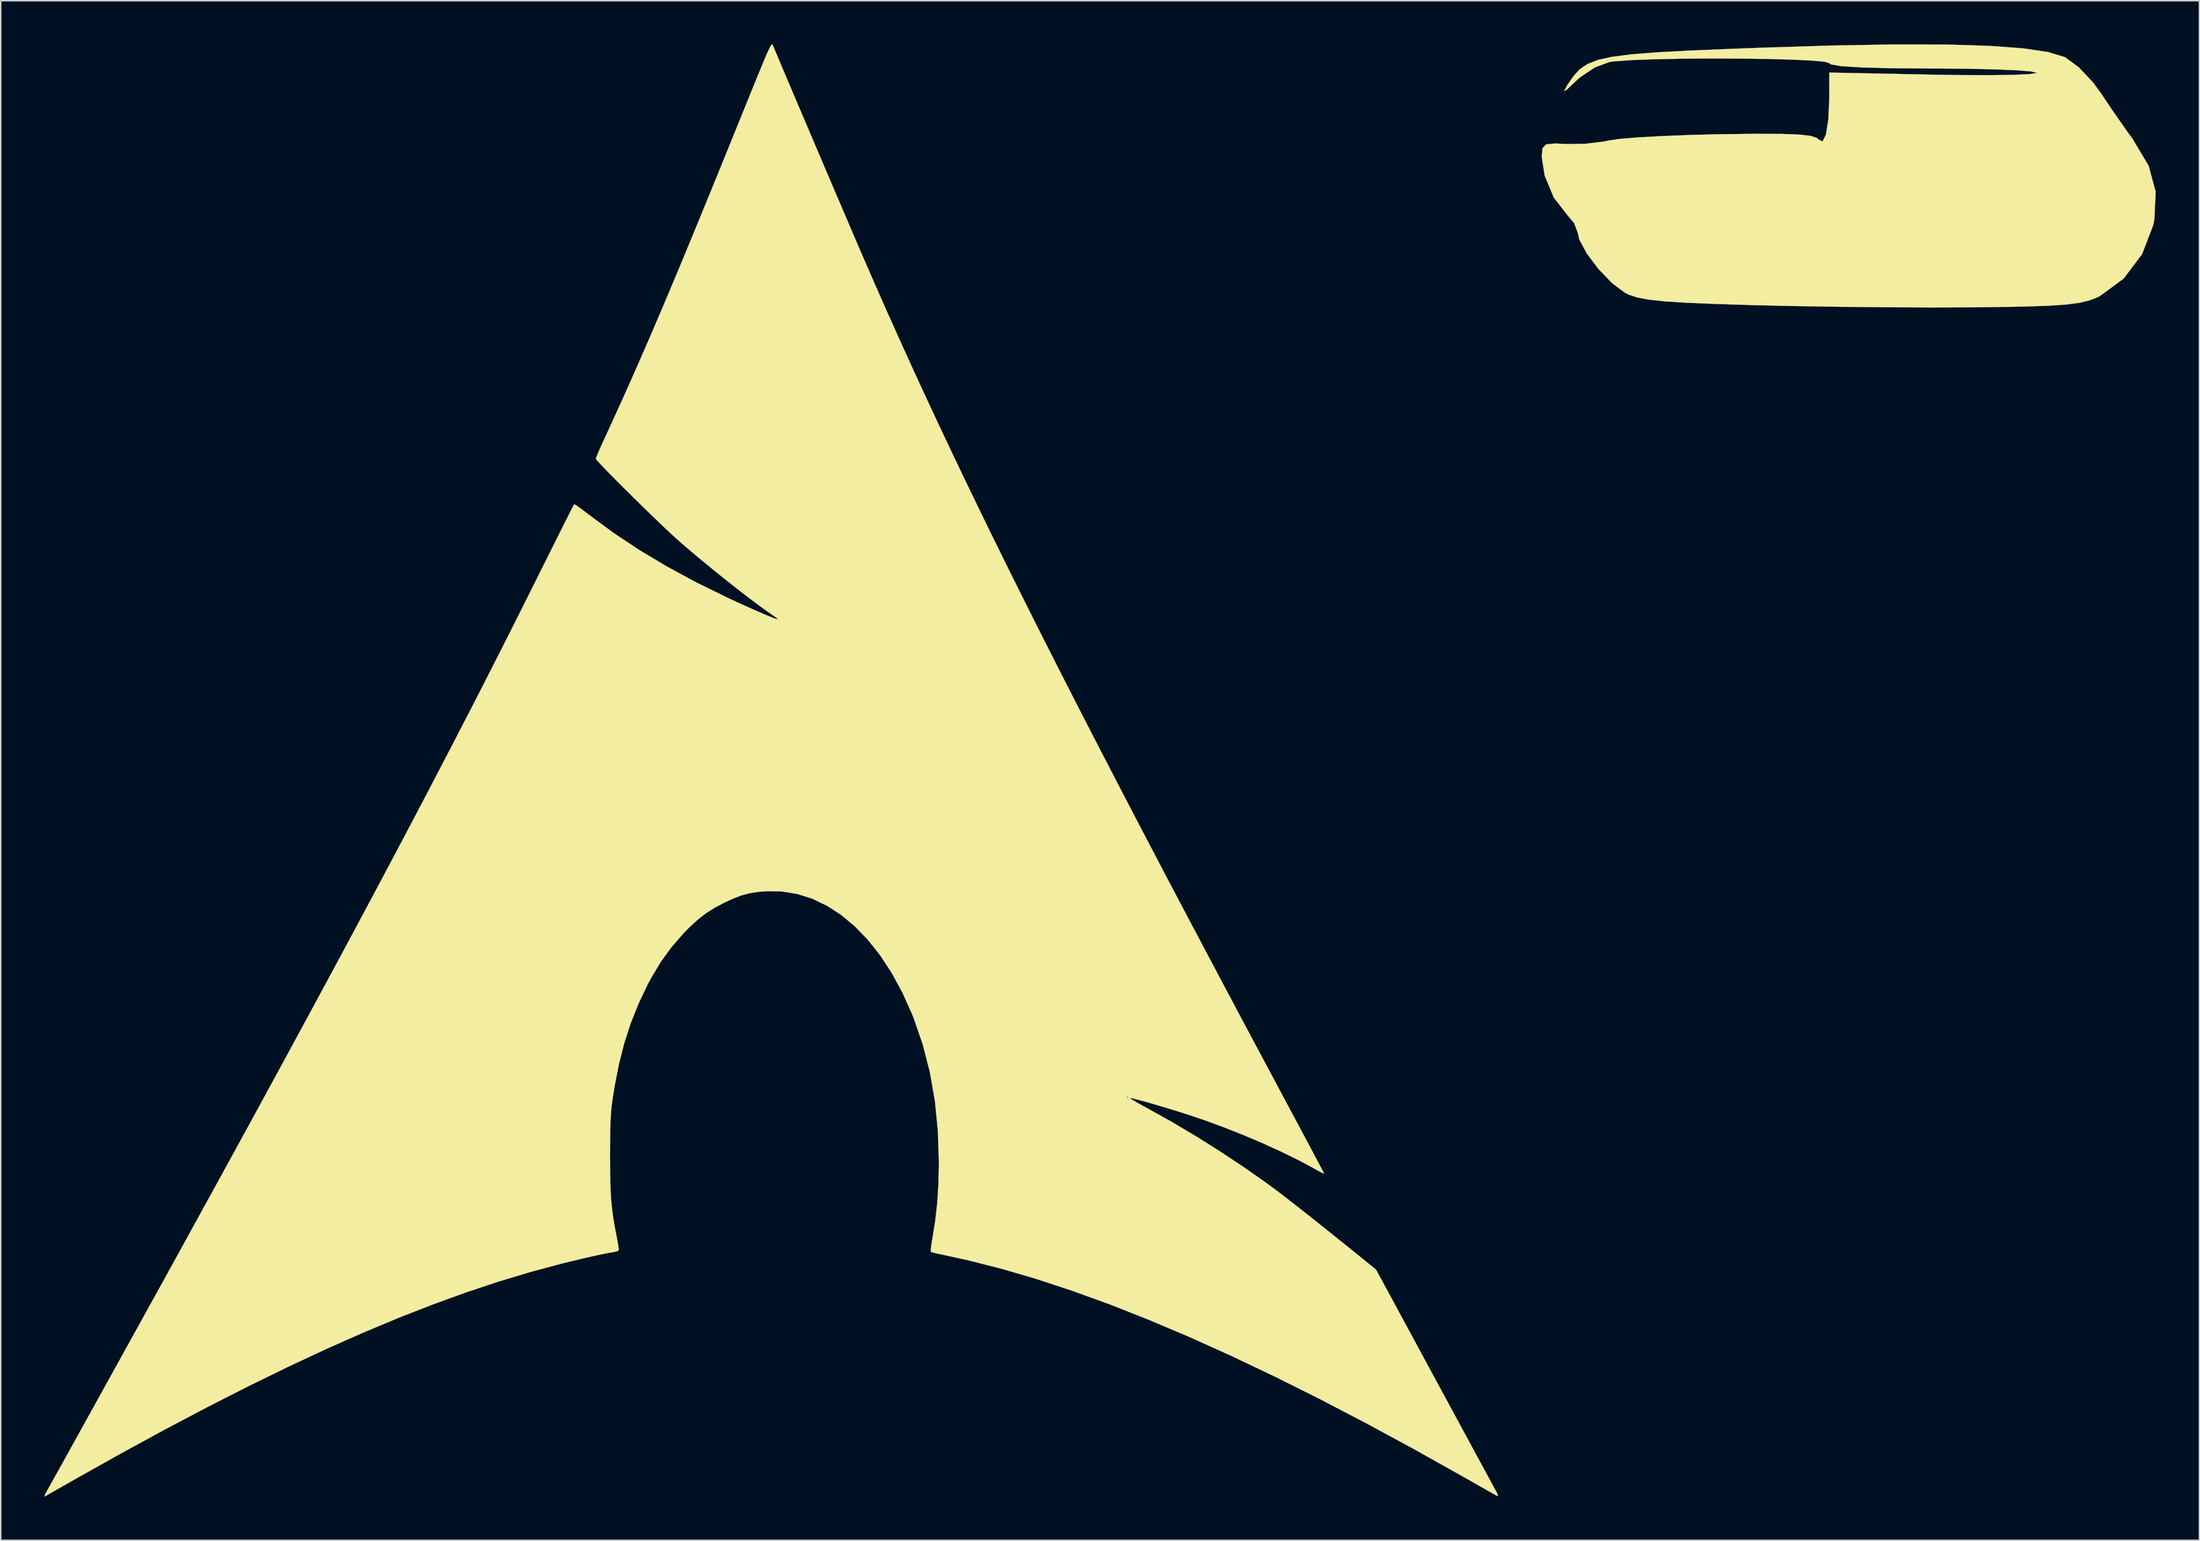
<source format=kicad_pcb>
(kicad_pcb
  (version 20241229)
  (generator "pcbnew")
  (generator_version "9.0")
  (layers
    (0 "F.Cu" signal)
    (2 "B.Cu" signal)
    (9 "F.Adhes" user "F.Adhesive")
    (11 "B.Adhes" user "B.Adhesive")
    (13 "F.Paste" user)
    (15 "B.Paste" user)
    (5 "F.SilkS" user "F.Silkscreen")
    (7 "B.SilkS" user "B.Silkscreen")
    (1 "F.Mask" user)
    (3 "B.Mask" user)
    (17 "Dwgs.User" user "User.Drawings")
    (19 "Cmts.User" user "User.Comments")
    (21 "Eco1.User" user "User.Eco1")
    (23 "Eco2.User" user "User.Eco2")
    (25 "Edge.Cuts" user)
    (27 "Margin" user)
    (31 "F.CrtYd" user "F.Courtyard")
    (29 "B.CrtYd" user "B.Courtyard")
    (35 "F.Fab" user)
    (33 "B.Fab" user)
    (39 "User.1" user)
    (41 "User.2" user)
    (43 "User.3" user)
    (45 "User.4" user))
  (footprint "pill"
    (layer "F.Cu")
    (at 123.696 7.302)
    (property "Reference" "pill" (at 0 0 0) (layer "F.SilkS") (effects (font (size 1.524 1.524) (thickness 0.3))))
    (attr through_hole)
    (fp_poly (pts (xy 6.992 -7.29) (xy 9.94 -7.201) (xy 12.259 -7.03) (xy 13.968 -6.777) (xy 15.083 -6.44) (xy 15.169 -6.399) (xy 16.08 -5.729) (xy 17.048 -4.704) (xy 17.543 -4.032) (xy 18.414 -2.738) (xy 19.347 -1.402) (xy 19.769 -0.82) (xy 20.878 1.034) (xy 21.365 2.829) (xy 21.273 4.741) (xy 21.195 5.126) (xy 20.431 7.114) (xy 19.162 8.797) (xy 17.523 10.001) (xy 17.387 10.068) (xy 16.828 10.29) (xy 16.14 10.457) (xy 15.217 10.579) (xy 13.952 10.663) (xy 12.24 10.72) (xy 9.973 10.757) (xy 8.819 10.768) (xy 6.055 10.778) (xy 2.86 10.764) (xy -0.489 10.73) (xy -3.718 10.678) (xy -6.174 10.621) (xy -8.81 10.54) (xy -10.839 10.457) (xy -12.357 10.361) (xy -13.461 10.243) (xy -14.251 10.095) (xy -14.822 9.906) (xy -15.088 9.777) (xy -15.988 9.106) (xy -16.92 8.134) (xy -17.725 7.067) (xy -18.24 6.107) (xy -18.344 5.646) (xy -18.592 4.984) (xy -19.099 4.376) (xy -19.994 3.216) (xy -20.617 1.724) (xy -20.814 0.441) (xy -20.771 -0.158) (xy -20.516 -0.434) (xy -19.862 -0.489) (xy -19.165 -0.455) (xy -17.835 -0.469) (xy -16.553 -0.623) (xy -16.254 -0.689) (xy -15.497 -0.802) (xy -14.175 -0.911) (xy -12.43 -1.007) (xy -10.402 -1.084) (xy -8.542 -1.127) (xy -6.147 -1.156) (xy -4.372 -1.15) (xy -3.131 -1.103) (xy -2.34 -1.012) (xy -1.914 -0.871) (xy -1.8 -0.764) (xy -1.523 -0.628) (xy -1.292 -1.105) (xy -1.131 -2.105) (xy -1.064 -3.535) (xy -1.063 -3.653) (xy -1.058 -5.366) (xy 6.153 -5.219) (xy 8.309 -5.188) (xy 10.19 -5.186) (xy 11.695 -5.211) (xy 12.725 -5.261) (xy 13.178 -5.335) (xy 13.188 -5.358) (xy 12.797 -5.445) (xy 11.81 -5.522) (xy 10.336 -5.584) (xy 8.484 -5.626) (xy 6.365 -5.644) (xy 5.976 -5.644) (xy 3.242 -5.663) (xy 1.166 -5.717) (xy -0.238 -5.806) (xy -0.959 -5.93) (xy -1.058 -6.01) (xy -1.391 -6.11) (xy -2.305 -6.192) (xy -3.679 -6.256) (xy -5.389 -6.301) (xy -7.312 -6.326) (xy -9.326 -6.332) (xy -11.307 -6.316) (xy -13.132 -6.278) (xy -14.678 -6.219) (xy -15.823 -6.136) (xy -16.155 -6.094) (xy -17.159 -5.723) (xy -18.206 -5.024) (xy -18.444 -4.808) (xy -19.083 -4.204) (xy -19.284 -4.088) (xy -19.097 -4.442) (xy -19.006 -4.586) (xy -18.623 -5.141) (xy -18.209 -5.59) (xy -17.686 -5.947) (xy -16.975 -6.227) (xy -15.998 -6.446) (xy -14.678 -6.617) (xy -12.935 -6.755) (xy -10.691 -6.875) (xy -7.869 -6.992) (xy -5.806 -7.07) (xy -0.863 -7.224) (xy 3.397 -7.297) (xy 6.992 -7.29)) (stroke (width 0.01) (type solid)) (fill yes) (layer "F.SilkS")))
  (footprint "arch"
    (layer "F.Cu")
    (at 50.335 50.295)
    (property "Reference" "arch" (at 0 0 0) (layer "F.SilkS") (effects (font (size 1.524 1.524) (thickness 0.3))))
    (attr through_hole)
    (fp_poly (pts (xy -0.307 -50.273) (xy -0.282 -50.23) (xy -0.267 -50.193) (xy -0.174 -49.969) (xy -0.021 -49.603) (xy 0.187 -49.111) (xy 0.442 -48.507) (xy 0.74 -47.805) (xy 1.073 -47.02) (xy 1.435 -46.167) (xy 1.821 -45.261) (xy 2.223 -44.315) (xy 2.636 -43.344) (xy 3.054 -42.363) (xy 3.471 -41.387) (xy 3.879 -40.429) (xy 4.274 -39.505) (xy 4.648 -38.629) (xy 4.996 -37.816) (xy 5.311 -37.08) (xy 5.588 -36.436) (xy 5.819 -35.898) (xy 5.947 -35.602) (xy 6.748 -33.765) (xy 7.563 -31.92) (xy 8.396 -30.06) (xy 9.25 -28.18) (xy 10.127 -26.273) (xy 11.031 -24.334) (xy 11.964 -22.356) (xy 12.93 -20.334) (xy 13.932 -18.261) (xy 14.972 -16.132) (xy 16.054 -13.941) (xy 17.181 -11.681) (xy 18.355 -9.347) (xy 19.58 -6.932) (xy 20.859 -4.43) (xy 22.195 -1.836) (xy 23.59 0.856) (xy 25.048 3.653) (xy 26.572 6.561) (xy 28.165 9.585) (xy 29.829 12.731) (xy 31.568 16.006) (xy 33.385 19.416) (xy 35.283 22.966) (xy 35.423 23.228) (xy 35.831 23.992) (xy 36.215 24.709) (xy 36.565 25.368) (xy 36.877 25.953) (xy 37.141 26.452) (xy 37.351 26.85) (xy 37.5 27.134) (xy 37.58 27.29) (xy 37.592 27.316) (xy 37.524 27.295) (xy 37.344 27.205) (xy 37.086 27.065) (xy 36.978 27.004) (xy 35.915 26.431) (xy 34.72 25.842) (xy 33.431 25.252) (xy 32.082 24.678) (xy 30.71 24.133) (xy 29.349 23.634) (xy 28.363 23.301) (xy 27.736 23.1) (xy 27.102 22.903) (xy 26.483 22.715) (xy 25.899 22.542) (xy 25.371 22.391) (xy 24.921 22.267) (xy 24.57 22.177) (xy 24.339 22.126) (xy 24.248 22.121) (xy 24.307 22.171) (xy 24.492 22.287) (xy 24.781 22.455) (xy 25.152 22.662) (xy 25.546 22.877) (xy 27.135 23.764) (xy 28.782 24.743) (xy 30.437 25.784) (xy 32.05 26.853) (xy 33.57 27.919) (xy 34.121 28.323) (xy 34.646 28.72) (xy 35.297 29.222) (xy 36.071 29.828) (xy 36.963 30.535) (xy 37.97 31.338) (xy 39.088 32.237) (xy 40.285 33.203) (xy 41.158 33.909) (xy 45.028 41.063) (xy 45.588 42.099) (xy 46.132 43.103) (xy 46.653 44.065) (xy 47.144 44.973) (xy 47.6 45.815) (xy 48.014 46.58) (xy 48.381 47.257) (xy 48.693 47.833) (xy 48.946 48.298) (xy 49.131 48.64) (xy 49.245 48.848) (xy 49.262 48.88) (xy 49.429 49.19) (xy 49.519 49.377) (xy 49.537 49.461) (xy 49.49 49.466) (xy 49.43 49.438) (xy 49.306 49.37) (xy 49.057 49.229) (xy 48.703 49.029) (xy 48.265 48.781) (xy 47.766 48.497) (xy 47.225 48.189) (xy 47.202 48.176) (xy 43.785 46.26) (xy 40.479 44.469) (xy 37.283 42.802) (xy 34.194 41.26) (xy 31.211 39.839) (xy 28.331 38.541) (xy 25.553 37.364) (xy 22.875 36.307) (xy 20.294 35.37) (xy 17.81 34.552) (xy 15.419 33.851) (xy 13.121 33.268) (xy 11.557 32.927) (xy 11.179 32.847) (xy 10.865 32.775) (xy 10.649 32.718) (xy 10.571 32.689) (xy 10.563 32.59) (xy 10.584 32.362) (xy 10.629 32.044) (xy 10.673 31.792) (xy 10.871 30.566) (xy 11.008 29.339) (xy 11.09 28.059) (xy 11.12 26.673) (xy 11.121 26.543) (xy 11.054 24.386) (xy 10.849 22.321) (xy 10.802 22.056) (xy 24.045 22.056) (xy 24.088 22.098) (xy 24.13 22.056) (xy 24.088 22.013) (xy 24.045 22.056) (xy 10.802 22.056) (xy 10.503 20.343) (xy 10.016 18.445) (xy 9.388 16.624) (xy 9.258 16.3) (xy 8.603 14.848) (xy 7.88 13.521) (xy 7.095 12.323) (xy 6.253 11.258) (xy 5.359 10.33) (xy 4.419 9.545) (xy 3.437 8.907) (xy 2.419 8.42) (xy 1.371 8.089) (xy 0.297 7.918) (xy -0.635 7.902) (xy -1.314 7.953) (xy -1.902 8.048) (xy -2.46 8.199) (xy -3.044 8.425) (xy -3.598 8.681) (xy -4.283 9.042) (xy -4.885 9.424) (xy -5.449 9.862) (xy -6.024 10.391) (xy -6.401 10.776) (xy -7.242 11.738) (xy -7.989 12.77) (xy -8.673 13.914) (xy -8.883 14.311) (xy -9.511 15.628) (xy -10.045 16.963) (xy -10.493 18.346) (xy -10.865 19.809) (xy -11.171 21.385) (xy -11.32 22.352) (xy -11.367 22.724) (xy -11.403 23.119) (xy -11.431 23.562) (xy -11.45 24.079) (xy -11.463 24.696) (xy -11.469 25.437) (xy -11.471 26.077) (xy -11.467 27.028) (xy -11.454 27.842) (xy -11.428 28.552) (xy -11.387 29.189) (xy -11.327 29.787) (xy -11.247 30.376) (xy -11.144 30.99) (xy -11.014 31.662) (xy -10.999 31.737) (xy -10.933 32.086) (xy -10.89 32.371) (xy -10.874 32.553) (xy -10.879 32.595) (xy -10.98 32.646) (xy -11.191 32.699) (xy -11.323 32.722) (xy -11.671 32.783) (xy -12.155 32.882) (xy -12.751 33.012) (xy -13.432 33.169) (xy -14.171 33.346) (xy -14.774 33.495) (xy -16.891 34.06) (xy -19.065 34.713) (xy -21.3 35.455) (xy -23.602 36.289) (xy -25.977 37.217) (xy -28.43 38.242) (xy -30.968 39.367) (xy -33.595 40.594) (xy -36.317 41.925) (xy -39.14 43.362) (xy -42.07 44.909) (xy -45.111 46.568) (xy -48.091 48.239) (xy -48.642 48.552) (xy -49.147 48.839) (xy -49.586 49.088) (xy -49.94 49.29) (xy -50.19 49.432) (xy -50.317 49.505) (xy -50.327 49.511) (xy -50.33 49.47) (xy -50.262 49.316) (xy -50.145 49.099) (xy -50.025 48.885) (xy -49.83 48.535) (xy -49.566 48.061) (xy -49.24 47.475) (xy -48.859 46.789) (xy -48.43 46.015) (xy -47.96 45.165) (xy -47.454 44.252) (xy -46.92 43.288) (xy -46.364 42.284) (xy -45.793 41.253) (xy -45.215 40.206) (xy -44.634 39.157) (xy -44.059 38.117) (xy -43.496 37.097) (xy -42.951 36.111) (xy -42.431 35.17) (xy -41.943 34.286) (xy -41.494 33.472) (xy -41.091 32.74) (xy -40.895 32.385) (xy -38.991 28.921) (xy -37.168 25.596) (xy -35.423 22.402) (xy -33.753 19.333) (xy -32.153 16.382) (xy -30.619 13.541) (xy -29.148 10.804) (xy -27.736 8.162) (xy -26.379 5.609) (xy -25.073 3.138) (xy -23.815 0.742) (xy -22.601 -1.587) (xy -21.427 -3.856) (xy -20.288 -6.072) (xy -19.183 -8.242) (xy -18.105 -10.373) (xy -17.053 -12.472) (xy -16.671 -13.239) (xy -16.227 -14.13) (xy -15.804 -14.977) (xy -15.409 -15.767) (xy -15.049 -16.489) (xy -14.728 -17.129) (xy -14.453 -17.675) (xy -14.231 -18.116) (xy -14.067 -18.44) (xy -13.967 -18.634) (xy -13.938 -18.687) (xy -13.86 -18.654) (xy -13.675 -18.532) (xy -13.408 -18.34) (xy -13.085 -18.095) (xy -12.98 -18.014) (xy -11.28 -16.755) (xy -9.473 -15.553) (xy -7.545 -14.399) (xy -5.482 -13.286) (xy -3.268 -12.203) (xy -2.836 -12.003) (xy -2.19 -11.709) (xy -1.593 -11.443) (xy -1.062 -11.212) (xy -0.614 -11.022) (xy -0.267 -10.882) (xy -0.038 -10.798) (xy 0.055 -10.779) (xy 0.055 -10.78) (xy 0.011 -10.84) (xy -0.139 -10.959) (xy -0.267 -11.048) (xy -0.748 -11.379) (xy -1.333 -11.806) (xy -2.001 -12.309) (xy -2.73 -12.872) (xy -3.497 -13.477) (xy -4.281 -14.107) (xy -5.06 -14.745) (xy -5.811 -15.372) (xy -6.512 -15.972) (xy -6.731 -16.163) (xy -7.033 -16.434) (xy -7.408 -16.781) (xy -7.842 -17.191) (xy -8.319 -17.648) (xy -8.827 -18.139) (xy -9.351 -18.65) (xy -9.877 -19.166) (xy -10.39 -19.674) (xy -10.877 -20.16) (xy -11.323 -20.61) (xy -11.713 -21.009) (xy -12.035 -21.344) (xy -12.273 -21.6) (xy -12.413 -21.763) (xy -12.446 -21.816) (xy -12.412 -21.927) (xy -12.318 -22.162) (xy -12.176 -22.492) (xy -11.998 -22.889) (xy -11.886 -23.133) (xy -11.381 -24.228) (xy -10.885 -25.316) (xy -10.392 -26.408) (xy -9.898 -27.515) (xy -9.399 -28.648) (xy -8.889 -29.819) (xy -8.364 -31.039) (xy -7.819 -32.318) (xy -7.249 -33.669) (xy -6.65 -35.101) (xy -6.017 -36.627) (xy -5.346 -38.257) (xy -4.63 -40.003) (xy -3.866 -41.875) (xy -3.05 -43.885) (xy -2.364 -45.579) (xy -1.96 -46.576) (xy -1.615 -47.427) (xy -1.324 -48.142) (xy -1.081 -48.733) (xy -0.882 -49.21) (xy -0.723 -49.584) (xy -0.597 -49.867) (xy -0.5 -50.067) (xy -0.428 -50.198) (xy -0.375 -50.268) (xy -0.336 -50.29) (xy -0.307 -50.273)) (stroke (width 0.01) (type solid)) (fill yes) (layer "F.SilkS")))
  (gr_rect
    (start -3 -3)
    (end 148.066 102.811)
    (stroke (width 0.1) (type default))
    (fill no)
    (layer "Edge.Cuts")))
</source>
